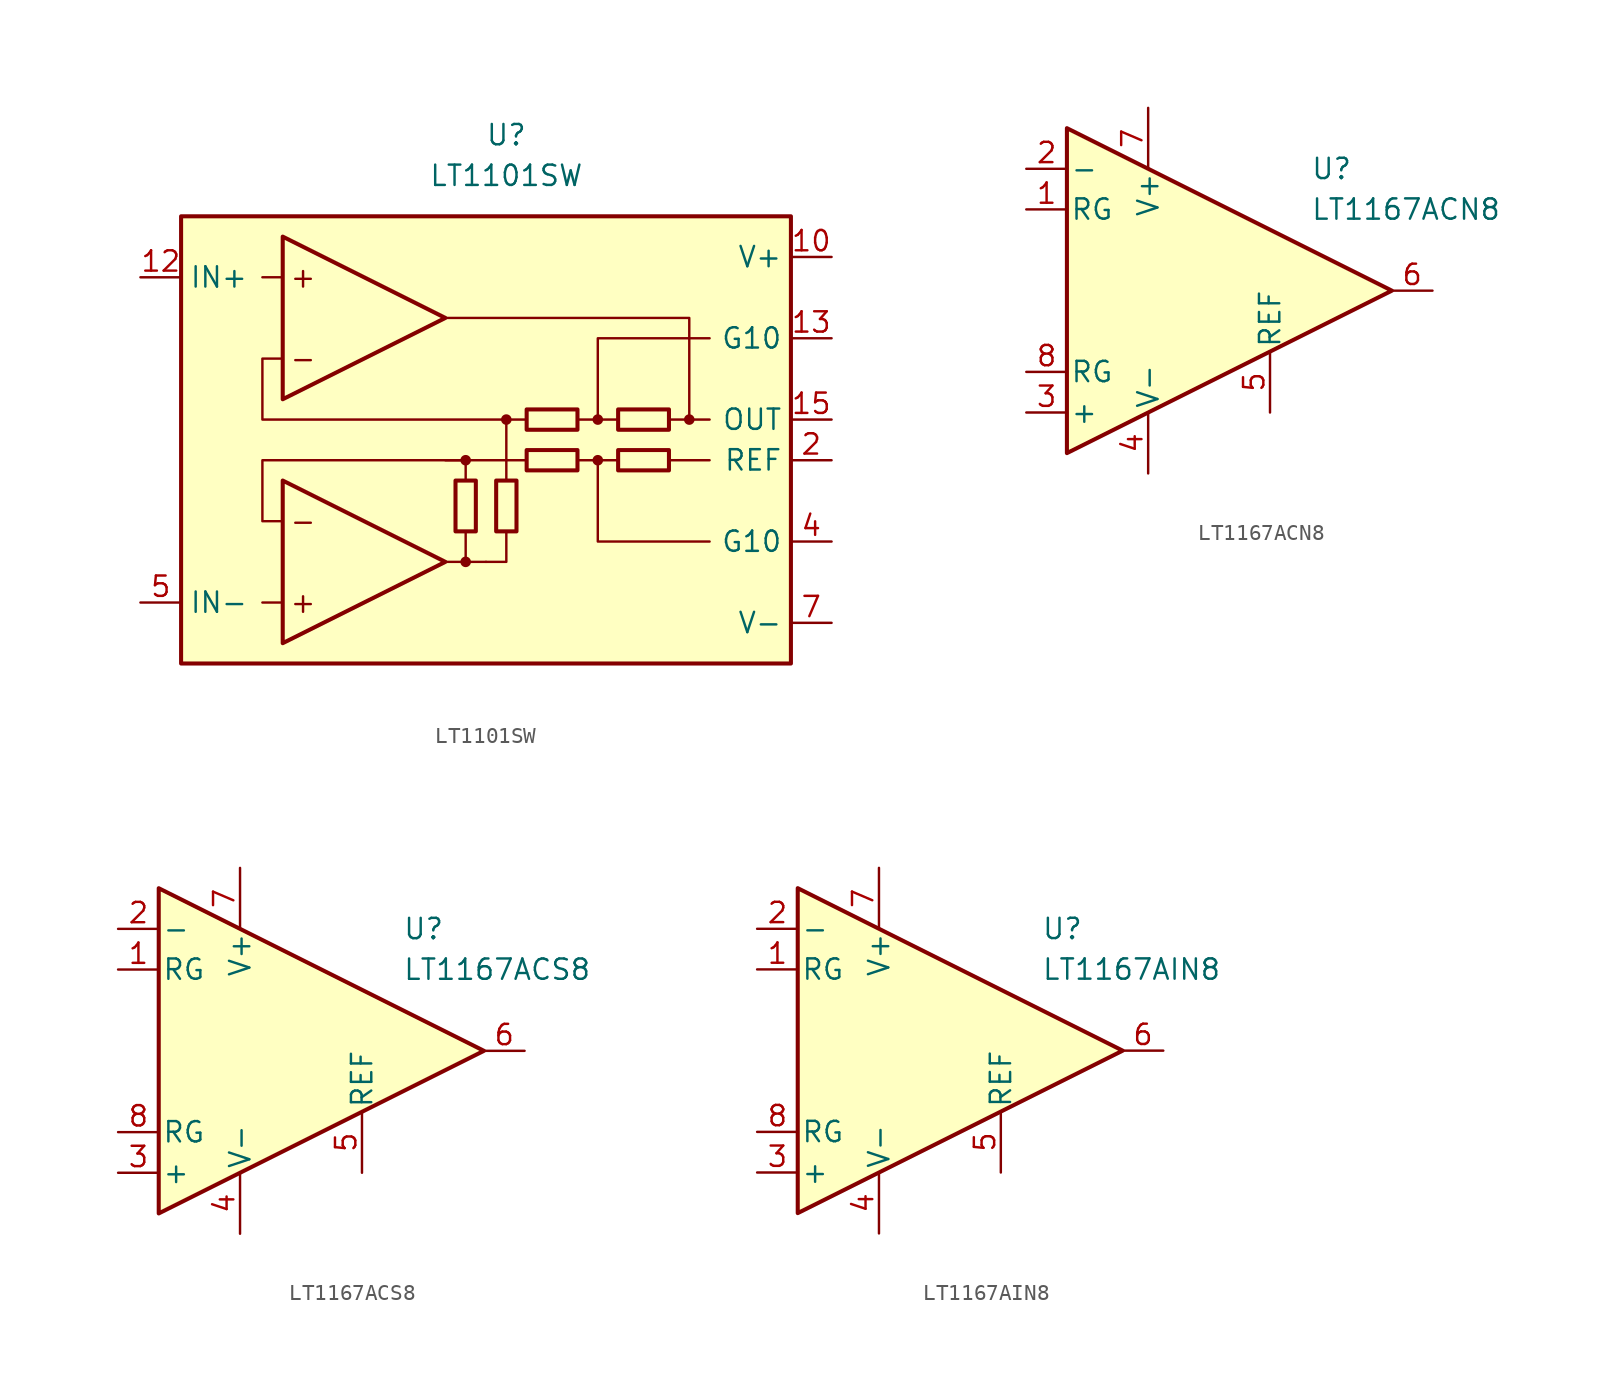
<source format=kicad_sym>
(kicad_symbol_lib
  (version 20211014)
  (generator kicad_symbol_editor)
  (symbol "LT1101SW"
    (property "Reference" "U"
      (at 0 19.05 0)
      (effects (font (size 1.27 1.27))))
    (property "Value" "LT1101SW"
      (at 0 16.51 0)
      (effects (font (size 1.27 1.27))))
    (symbol "LT1101SW_0_0"
      (rectangle (start -20.32 13.97) (end 17.78 -13.97) (stroke (width 0.254) (type default) (color 0 0 0 0)) (fill (type background)))
      (circle (center -2.54 -7.62) (radius 0.254) (stroke (width 0.152) (type default) (color 0 0 0 0)) (fill (type outline)))
      (circle (center -2.54 -1.27) (radius 0.254) (stroke (width 0.152) (type default) (color 0 0 0 0)) (fill (type outline)))
      (polyline (pts (xy -13.97 -10.16) (xy -15.24 -10.16)) (stroke (width 0.152) (type default) (color 0 0 0 0)) (fill (type none)))
      (polyline (pts (xy -13.97 10.16) (xy -15.24 10.16)) (stroke (width 0.152) (type default) (color 0 0 0 0)) (fill (type none)))
      (polyline (pts (xy -3.81 -7.62) (xy -1.27 -7.62)) (stroke (width 0.152) (type default) (color 0 0 0 0)) (fill (type none)))
      (polyline (pts (xy -2.54 -5.715) (xy -2.54 -7.62)) (stroke (width 0.152) (type default) (color 0 0 0 0)) (fill (type none)))
      (polyline (pts (xy -2.54 -2.54) (xy -2.54 -1.27)) (stroke (width 0.152) (type default) (color 0 0 0 0)) (fill (type none)))
      (polyline (pts (xy 0 -2.54) (xy 0 -1.27)) (stroke (width 0.152) (type default) (color 0 0 0 0)) (fill (type none)))
      (polyline (pts (xy 0 -1.27) (xy 0 1.27)) (stroke (width 0.152) (type default) (color 0 0 0 0)) (fill (type none)))
      (polyline (pts (xy 1.27 -1.27) (xy -3.81 -1.27)) (stroke (width 0.152) (type default) (color 0 0 0 0)) (fill (type none)))
      (polyline (pts (xy 5.715 -1.27) (xy 4.445 -1.27)) (stroke (width 0.152) (type default) (color 0 0 0 0)) (fill (type none)))
      (polyline (pts (xy 5.715 1.27) (xy 4.445 1.27)) (stroke (width 0.152) (type default) (color 0 0 0 0)) (fill (type none)))
      (polyline (pts (xy 6.985 -1.27) (xy 5.715 -1.27)) (stroke (width 0.152) (type default) (color 0 0 0 0)) (fill (type none)))
      (polyline (pts (xy 6.985 1.27) (xy 5.715 1.27)) (stroke (width 0.152) (type default) (color 0 0 0 0)) (fill (type none)))
      (polyline (pts (xy 11.43 1.27) (xy 12.7 1.27)) (stroke (width 0.152) (type default) (color 0 0 0 0)) (fill (type none)))
      (polyline (pts (xy 12.7 -1.27) (xy 10.16 -1.27)) (stroke (width 0.152) (type default) (color 0 0 0 0)) (fill (type none)))
      (polyline (pts (xy -1.27 -7.62) (xy 0 -7.62) (xy 0 -5.715)) (stroke (width 0.152) (type default) (color 0 0 0 0)) (fill (type none)))
      (polyline (pts (xy 5.715 1.27) (xy 5.715 6.35) (xy 12.7 6.35)) (stroke (width 0.152) (type default) (color 0 0 0 0)) (fill (type none)))
      (polyline (pts (xy 12.7 -6.35) (xy 5.715 -6.35) (xy 5.715 -1.27)) (stroke (width 0.152) (type default) (color 0 0 0 0)) (fill (type none)))
      (polyline (pts (xy -2.54 -1.27) (xy -15.24 -1.27) (xy -15.24 -5.08) (xy -13.97 -5.08)) (stroke (width 0.152) (type default) (color 0 0 0 0)) (fill (type none)))
      (polyline (pts (xy 10.16 1.27) (xy 11.43 1.27) (xy 11.43 7.62) (xy -3.81 7.62)) (stroke (width 0.152) (type default) (color 0 0 0 0)) (fill (type none)))
      (polyline (pts (xy 1.27 1.27) (xy -15.24 1.27) (xy -15.24 5.08) (xy -15.24 5.08) (xy -13.97 5.08)) (stroke (width 0.152) (type default) (color 0 0 0 0)) (fill (type none)))
      (circle (center 0 1.27) (radius 0.254) (stroke (width 0.152) (type default) (color 0 0 0 0)) (fill (type outline)))
      (circle (center 5.715 -1.27) (radius 0.254) (stroke (width 0.152) (type default) (color 0 0 0 0)) (fill (type outline)))
      (circle (center 5.715 1.27) (radius 0.254) (stroke (width 0.152) (type default) (color 0 0 0 0)) (fill (type outline)))
      (circle (center 11.43 1.27) (radius 0.254) (stroke (width 0.152) (type default) (color 0 0 0 0)) (fill (type outline)))
      (text "+" (at -12.7 -10.16 0) (effects (font (size 1.27 1.27))))
      (text "+" (at -12.7 10.16 0) (effects (font (size 1.27 1.27))))
      (text "-" (at -12.7 -5.08 0) (effects (font (size 1.27 1.27))))
      (text "-" (at -12.7 5.08 0) (effects (font (size 1.27 1.27)))))
    (symbol "LT1101SW_0_1"
      (rectangle (start -3.175 -5.715) (end -1.905 -2.54) (stroke (width 0.254) (type default) (color 0 0 0 0)) (fill (type none)))
      (rectangle (start -0.635 -5.715) (end 0.635 -2.54) (stroke (width 0.254) (type default) (color 0 0 0 0)) (fill (type none)))
      (polyline (pts (xy -13.97 -2.54) (xy -13.97 -12.7) (xy -3.81 -7.62) (xy -13.97 -2.54)) (stroke (width 0.254) (type default) (color 0 0 0 0)) (fill (type background)))
      (polyline (pts (xy -13.97 12.7) (xy -13.97 2.54) (xy -3.81 7.62) (xy -13.97 12.7)) (stroke (width 0.254) (type default) (color 0 0 0 0)) (fill (type background)))
      (rectangle (start 1.27 1.905) (end 4.445 0.635) (stroke (width 0.254) (type default) (color 0 0 0 0)) (fill (type none)))
      (rectangle (start 4.445 -1.905) (end 1.27 -0.635) (stroke (width 0.254) (type default) (color 0 0 0 0)) (fill (type none)))
      (rectangle (start 10.16 -1.905) (end 6.985 -0.635) (stroke (width 0.254) (type default) (color 0 0 0 0)) (fill (type none)))
      (rectangle (start 10.16 0.635) (end 6.985 1.905) (stroke (width 0.254) (type default) (color 0 0 0 0)) (fill (type none))))
    (symbol "LT1101SW_1_1"
      (pin no_connect line (at 3.81 8.89 0) (length 2.54) hide (name "NC" (effects (font (size 1.27 1.27)))) (number "1" (effects (font (size 1.27 1.27)))))
      (pin power_in line (at 20.32 11.43 180) (length 2.54) (name "V+" (effects (font (size 1.27 1.27)))) (number "10" (effects (font (size 1.27 1.27)))))
      (pin no_connect line (at 3.81 -3.81 0) (length 2.54) hide (name "NC" (effects (font (size 1.27 1.27)))) (number "11" (effects (font (size 1.27 1.27)))))
      (pin input line (at -22.86 10.16 0) (length 2.54) (name "IN+" (effects (font (size 1.27 1.27)))) (number "12" (effects (font (size 1.27 1.27)))))
      (pin passive line (at 20.32 6.35 180) (length 2.54) (name "G10" (effects (font (size 1.27 1.27)))) (number "13" (effects (font (size 1.27 1.27)))))
      (pin no_connect line (at 3.81 -6.35 0) (length 2.54) hide (name "NC" (effects (font (size 1.27 1.27)))) (number "14" (effects (font (size 1.27 1.27)))))
      (pin output line (at 20.32 1.27 180) (length 2.54) (name "OUT" (effects (font (size 1.27 1.27)))) (number "15" (effects (font (size 1.27 1.27)))))
      (pin no_connect line (at 3.81 -8.89 0) (length 2.54) hide (name "NC" (effects (font (size 1.27 1.27)))) (number "16" (effects (font (size 1.27 1.27)))))
      (pin input line (at 20.32 -1.27 180) (length 2.54) (name "REF" (effects (font (size 1.27 1.27)))) (number "2" (effects (font (size 1.27 1.27)))))
      (pin no_connect line (at 3.81 6.35 0) (length 2.54) hide (name "NC" (effects (font (size 1.27 1.27)))) (number "3" (effects (font (size 1.27 1.27)))))
      (pin passive line (at 20.32 -6.35 180) (length 2.54) (name "G10" (effects (font (size 1.27 1.27)))) (number "4" (effects (font (size 1.27 1.27)))))
      (pin input line (at -22.86 -10.16 0) (length 2.54) (name "IN-" (effects (font (size 1.27 1.27)))) (number "5" (effects (font (size 1.27 1.27)))))
      (pin no_connect line (at 3.81 3.81 0) (length 2.54) hide (name "NC" (effects (font (size 1.27 1.27)))) (number "6" (effects (font (size 1.27 1.27)))))
      (pin power_in line (at 20.32 -11.43 180) (length 2.54) (name "V-" (effects (font (size 1.27 1.27)))) (number "7" (effects (font (size 1.27 1.27)))))
      (pin no_connect line (at 3.81 1.27 0) (length 2.54) hide (name "NC" (effects (font (size 1.27 1.27)))) (number "8" (effects (font (size 1.27 1.27)))))
      (pin no_connect line (at 3.81 -1.27 0) (length 2.54) hide (name "NC" (effects (font (size 1.27 1.27)))) (number "9" (effects (font (size 1.27 1.27)))))))
  (symbol "LT1167ACN8"
    (pin_names
      (offset 0.2))
    (property "Reference" "U"
      (at 6.35 7.62 0)
      (effects (font (size 1.27 1.27)) (justify left)))
    (property "Value" "LT1167ACN8"
      (at 6.35 5.08 0)
      (effects (font (size 1.27 1.27)) (justify left)))
    (symbol "LT1167ACN8_0_1"
      (polyline (pts (xy -8.89 10.16) (xy -8.89 -10.16) (xy 11.43 0) (xy -8.89 10.16)) (stroke (width 0.254) (type default) (color 0 0 0 0)) (fill (type background))))
    (symbol "LT1167ACN8_1_1"
      (pin passive line (at -11.43 5.08 0) (length 2.54) (name "RG" (effects (font (size 1.27 1.27)))) (number "1" (effects (font (size 1.27 1.27)))))
      (pin input line (at -11.43 7.62 0) (length 2.54) (name "-" (effects (font (size 1.27 1.27)))) (number "2" (effects (font (size 1.27 1.27)))))
      (pin input line (at -11.43 -7.62 0) (length 2.54) (name "+" (effects (font (size 1.27 1.27)))) (number "3" (effects (font (size 1.27 1.27)))))
      (pin power_in line (at -3.81 -11.43 90) (length 3.81) (name "V-" (effects (font (size 1.27 1.27)))) (number "4" (effects (font (size 1.27 1.27)))))
      (pin input line (at 3.81 -7.62 90) (length 3.81) (name "REF" (effects (font (size 1.27 1.27)))) (number "5" (effects (font (size 1.27 1.27)))))
      (pin output line (at 13.97 0 180) (length 2.54) (name "~" (effects (font (size 1.27 1.27)))) (number "6" (effects (font (size 1.27 1.27)))))
      (pin power_in line (at -3.81 11.43 270) (length 3.81) (name "V+" (effects (font (size 1.27 1.27)))) (number "7" (effects (font (size 1.27 1.27)))))
      (pin passive line (at -11.43 -5.08 0) (length 2.54) (name "RG" (effects (font (size 1.27 1.27)))) (number "8" (effects (font (size 1.27 1.27)))))))
  (symbol "LT1167ACS8"
    (pin_names
      (offset 0.2))
    (property "Reference" "U"
      (at 6.35 7.62 0)
      (effects (font (size 1.27 1.27)) (justify left)))
    (property "Value" "LT1167ACS8"
      (at 6.35 5.08 0)
      (effects (font (size 1.27 1.27)) (justify left)))
    (symbol "LT1167ACS8_0_1"
      (polyline (pts (xy -8.89 10.16) (xy -8.89 -10.16) (xy 11.43 0) (xy -8.89 10.16)) (stroke (width 0.254) (type default) (color 0 0 0 0)) (fill (type background))))
    (symbol "LT1167ACS8_1_1"
      (pin passive line (at -11.43 5.08 0) (length 2.54) (name "RG" (effects (font (size 1.27 1.27)))) (number "1" (effects (font (size 1.27 1.27)))))
      (pin input line (at -11.43 7.62 0) (length 2.54) (name "-" (effects (font (size 1.27 1.27)))) (number "2" (effects (font (size 1.27 1.27)))))
      (pin input line (at -11.43 -7.62 0) (length 2.54) (name "+" (effects (font (size 1.27 1.27)))) (number "3" (effects (font (size 1.27 1.27)))))
      (pin power_in line (at -3.81 -11.43 90) (length 3.81) (name "V-" (effects (font (size 1.27 1.27)))) (number "4" (effects (font (size 1.27 1.27)))))
      (pin input line (at 3.81 -7.62 90) (length 3.81) (name "REF" (effects (font (size 1.27 1.27)))) (number "5" (effects (font (size 1.27 1.27)))))
      (pin output line (at 13.97 0 180) (length 2.54) (name "~" (effects (font (size 1.27 1.27)))) (number "6" (effects (font (size 1.27 1.27)))))
      (pin power_in line (at -3.81 11.43 270) (length 3.81) (name "V+" (effects (font (size 1.27 1.27)))) (number "7" (effects (font (size 1.27 1.27)))))
      (pin passive line (at -11.43 -5.08 0) (length 2.54) (name "RG" (effects (font (size 1.27 1.27)))) (number "8" (effects (font (size 1.27 1.27)))))))
  (symbol "LT1167AIN8"
    (pin_names
      (offset 0.2))
    (property "Reference" "U"
      (at 6.35 7.62 0)
      (effects (font (size 1.27 1.27)) (justify left)))
    (property "Value" "LT1167AIN8"
      (at 6.35 5.08 0)
      (effects (font (size 1.27 1.27)) (justify left)))
    (symbol "LT1167AIN8_0_1"
      (polyline (pts (xy -8.89 10.16) (xy -8.89 -10.16) (xy 11.43 0) (xy -8.89 10.16)) (stroke (width 0.254) (type default) (color 0 0 0 0)) (fill (type background))))
    (symbol "LT1167AIN8_1_1"
      (pin passive line (at -11.43 5.08 0) (length 2.54) (name "RG" (effects (font (size 1.27 1.27)))) (number "1" (effects (font (size 1.27 1.27)))))
      (pin input line (at -11.43 7.62 0) (length 2.54) (name "-" (effects (font (size 1.27 1.27)))) (number "2" (effects (font (size 1.27 1.27)))))
      (pin input line (at -11.43 -7.62 0) (length 2.54) (name "+" (effects (font (size 1.27 1.27)))) (number "3" (effects (font (size 1.27 1.27)))))
      (pin power_in line (at -3.81 -11.43 90) (length 3.81) (name "V-" (effects (font (size 1.27 1.27)))) (number "4" (effects (font (size 1.27 1.27)))))
      (pin input line (at 3.81 -7.62 90) (length 3.81) (name "REF" (effects (font (size 1.27 1.27)))) (number "5" (effects (font (size 1.27 1.27)))))
      (pin output line (at 13.97 0 180) (length 2.54) (name "~" (effects (font (size 1.27 1.27)))) (number "6" (effects (font (size 1.27 1.27)))))
      (pin power_in line (at -3.81 11.43 270) (length 3.81) (name "V+" (effects (font (size 1.27 1.27)))) (number "7" (effects (font (size 1.27 1.27)))))
      (pin passive line (at -11.43 -5.08 0) (length 2.54) (name "RG" (effects (font (size 1.27 1.27)))) (number "8" (effects (font (size 1.27 1.27))))))))
</source>
